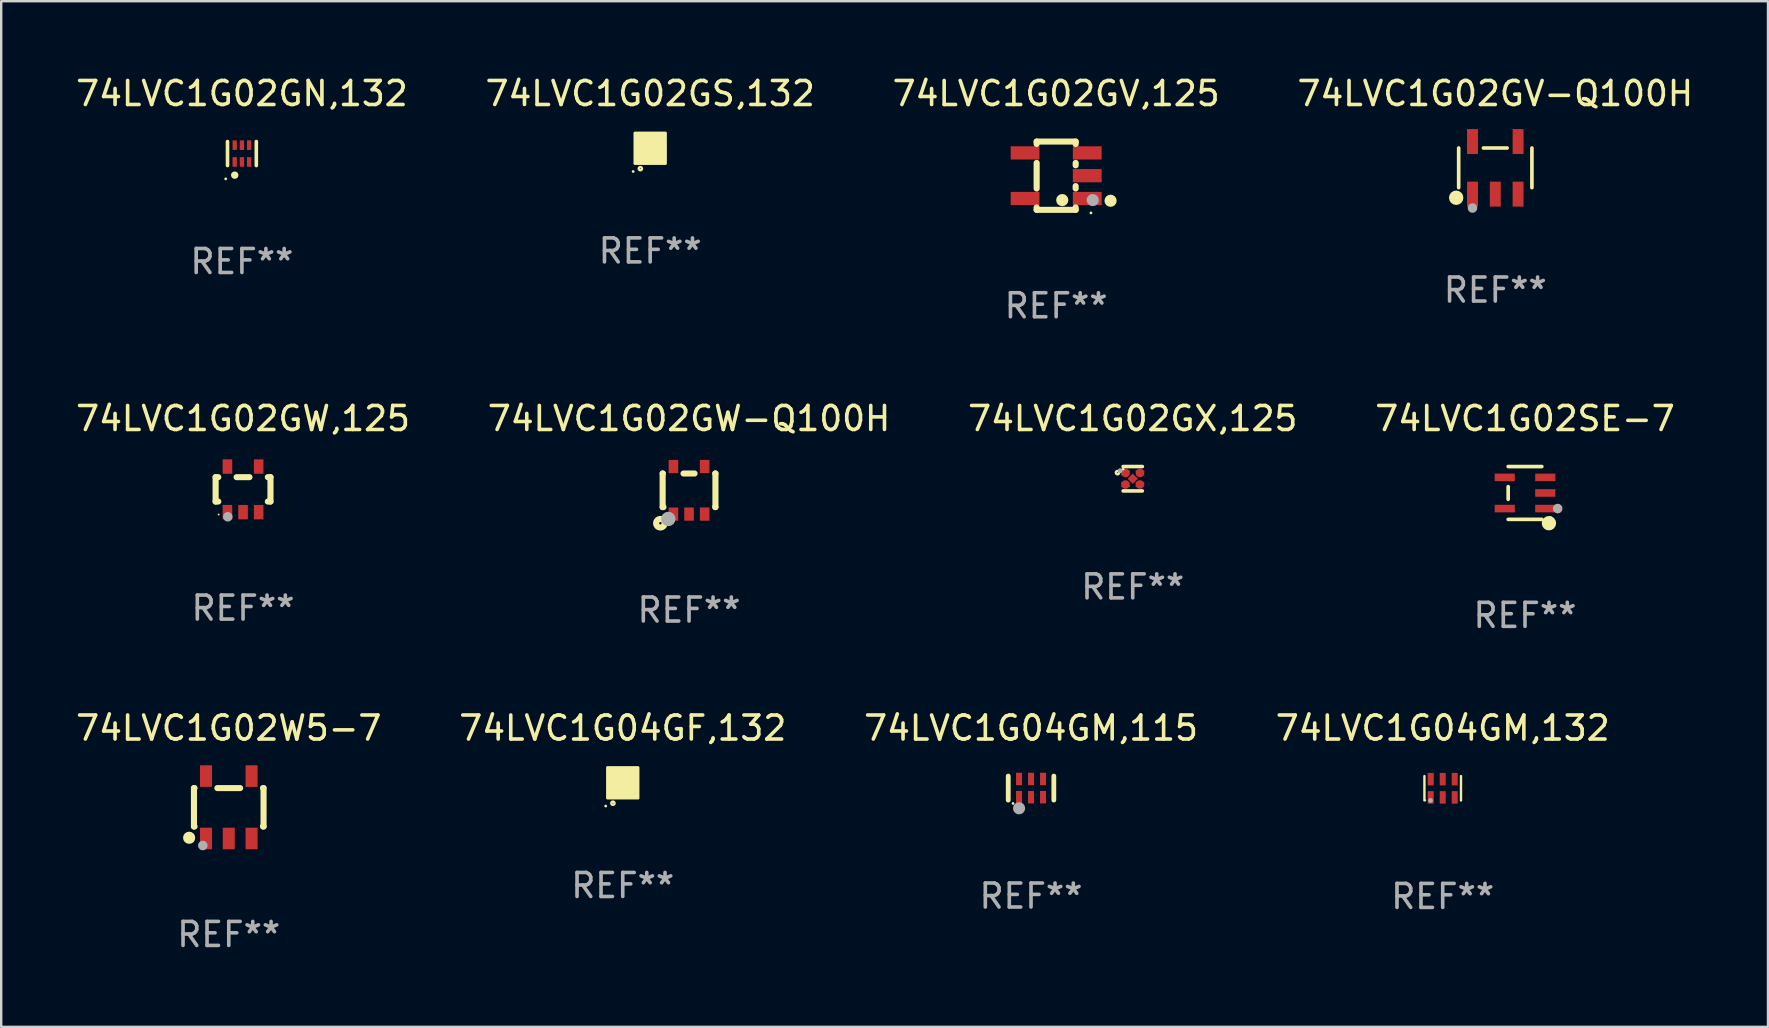
<source format=kicad_pcb>
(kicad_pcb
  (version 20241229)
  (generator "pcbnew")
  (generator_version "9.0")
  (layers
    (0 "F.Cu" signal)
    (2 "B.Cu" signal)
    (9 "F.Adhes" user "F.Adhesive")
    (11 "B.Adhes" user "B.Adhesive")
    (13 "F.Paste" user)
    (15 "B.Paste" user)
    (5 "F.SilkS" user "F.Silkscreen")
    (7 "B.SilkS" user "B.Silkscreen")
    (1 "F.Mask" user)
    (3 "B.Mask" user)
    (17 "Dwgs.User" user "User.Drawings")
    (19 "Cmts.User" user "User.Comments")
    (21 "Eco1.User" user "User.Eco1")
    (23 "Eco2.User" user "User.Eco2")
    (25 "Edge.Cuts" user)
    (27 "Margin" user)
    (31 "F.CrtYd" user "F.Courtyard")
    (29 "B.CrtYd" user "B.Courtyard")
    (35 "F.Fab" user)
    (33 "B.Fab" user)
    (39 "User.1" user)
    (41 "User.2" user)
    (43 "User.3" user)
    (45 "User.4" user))
  (footprint "74LVC1G04GF,132"
    (layer "F.Cu")
    (at 22.899 29.568)
    (property "Reference" "74LVC1G04GF,132" (at 0 -2.28 0) (layer "F.SilkS") (effects (font (size 1 1) (thickness 0.15))))
    (attr through_hole)
    (fp_circle (center -0.71 0.968) (end -0.68 0.968) (stroke (width 0.06) (type solid)) (fill no) (layer "F.SilkS"))
    (fp_circle (center -0.41 0.85) (end -0.342 0.85) (stroke (width 0.1) (type solid)) (fill no) (layer "F.SilkS"))
    (fp_poly (pts (xy -0.635 -0.635) (xy 0.635 -0.635) (xy 0.635 0.635) (xy -0.635 0.635)) (stroke (width 0.12) (type solid)) (fill yes) (layer "F.SilkS"))
    (fp_text user "REF**" (at 0 4.28 0) (layer "F.Fab") (effects (font (size 1 1) (thickness 0.15))))
    (pad "1" smd rect (at -0.35 0.28 90) (size 0.35 0.2) (layers "F.Cu" "F.Mask" "F.Paste"))
    (pad "2" smd rect (at 0 0.28 90) (size 0.35 0.2) (layers "F.Cu" "F.Mask" "F.Paste"))
    (pad "3" smd rect (at 0.35 0.28 90) (size 0.35 0.2) (layers "F.Cu" "F.Mask" "F.Paste"))
    (pad "4" smd rect (at 0.35 -0.28 90) (size 0.35 0.2) (layers "F.Cu" "F.Mask" "F.Paste"))
    (pad "5" smd rect (at 0 -0.28 90) (size 0.35 0.2) (layers "F.Cu" "F.Mask" "F.Paste"))
    (pad "6" smd rect (at -0.35 -0.28 90) (size 0.35 0.2) (layers "F.Cu" "F.Mask" "F.Paste")))
  (footprint "74LVC1G02W5-7"
    (layer "F.Cu")
    (at 6.482 30.588)
    (property "Reference" "74LVC1G02W5-7" (at 0 -3.3 0) (layer "F.SilkS") (effects (font (size 1 1) (thickness 0.15))))
    (attr through_hole)
    (fp_line (start -1.45 0.8) (end -1.45 -0.8) (stroke (width 0.254) (type solid)) (layer "F.SilkS"))
    (fp_line (start -1.45 0.8) (end -1.426 0.8) (stroke (width 0.254) (type solid)) (layer "F.SilkS"))
    (fp_line (start -1.426 -0.8) (end -1.45 -0.8) (stroke (width 0.254) (type solid)) (layer "F.SilkS"))
    (fp_line (start 0.474 -0.8) (end -0.474 -0.8) (stroke (width 0.254) (type solid)) (layer "F.SilkS"))
    (fp_line (start 1.426 0.8) (end 1.45 0.8) (stroke (width 0.254) (type solid)) (layer "F.SilkS"))
    (fp_line (start 1.45 -0.8) (end 1.426 -0.8) (stroke (width 0.254) (type solid)) (layer "F.SilkS"))
    (fp_line (start 1.45 0.8) (end 1.45 -0.8) (stroke (width 0.254) (type solid)) (layer "F.SilkS"))
    (fp_circle (center -1.651 1.27) (end -1.524 1.27) (stroke (width 0.254) (type solid)) (fill no) (layer "F.SilkS"))
    (fp_circle (center -1.5 1.4) (end -1.47 1.4) (stroke (width 0.06) (type solid)) (fill no) (layer "F.SilkS"))
    (fp_circle (center -1.081 1.593) (end -0.981 1.593) (stroke (width 0.2) (type solid)) (fill no) (layer "F.Fab"))
    (fp_text user "REF**" (at 0 5.3 0) (layer "F.Fab") (effects (font (size 1 1) (thickness 0.15))))
    (pad "1" smd rect (at -0.95 1.3) (size 0.5 0.9) (layers "F.Cu" "F.Mask" "F.Paste"))
    (pad "2" smd rect (at 0 1.3) (size 0.5 0.9) (layers "F.Cu" "F.Mask" "F.Paste"))
    (pad "3" smd rect (at 0.95 1.3) (size 0.5 0.9) (layers "F.Cu" "F.Mask" "F.Paste"))
    (pad "4" smd rect (at 0.95 -1.3) (size 0.5 0.9) (layers "F.Cu" "F.Mask" "F.Paste"))
    (pad "5" smd rect (at -0.95 -1.3) (size 0.5 0.9) (layers "F.Cu" "F.Mask" "F.Paste")))
  (footprint "74LVC1G02SE-7"
    (layer "F.Cu")
    (at 60.494 17.491)
    (property "Reference" "74LVC1G02SE-7" (at 0 -3.101 0) (layer "F.SilkS") (effects (font (size 1 1) (thickness 0.15))))
    (attr through_hole)
    (fp_line (start -0.701 -0.264) (end -0.701 0.264) (stroke (width 0.152) (type solid)) (layer "F.SilkS"))
    (fp_line (start 0.701 -1.101) (end -0.701 -1.101) (stroke (width 0.152) (type solid)) (layer "F.SilkS"))
    (fp_line (start 0.701 1.101) (end -0.701 1.101) (stroke (width 0.152) (type solid)) (layer "F.SilkS"))
    (fp_circle (center 0.997 1.26) (end 1.147 1.26) (stroke (width 0.3) (type solid)) (fill no) (layer "F.SilkS"))
    (fp_circle (center 1.063 1.025) (end 1.093 1.025) (stroke (width 0.06) (type solid)) (fill no) (layer "F.SilkS"))
    (fp_circle (center 1.362 0.65) (end 1.463 0.65) (stroke (width 0.2) (type solid)) (fill no) (layer "F.Fab"))
    (fp_text user "REF**" (at 0 5.101 0) (layer "F.Fab") (effects (font (size 1 1) (thickness 0.15))))
    (pad "1" smd rect (at 0.844 0.65) (size 0.839 0.315) (layers "F.Cu" "F.Mask" "F.Paste"))
    (pad "2" smd rect (at 0.844 0) (size 0.839 0.315) (layers "F.Cu" "F.Mask" "F.Paste"))
    (pad "3" smd rect (at 0.844 -0.65) (size 0.839 0.315) (layers "F.Cu" "F.Mask" "F.Paste"))
    (pad "4" smd rect (at -0.844 -0.65) (size 0.839 0.315) (layers "F.Cu" "F.Mask" "F.Paste"))
    (pad "5" smd rect (at -0.844 0.65) (size 0.839 0.315) (layers "F.Cu" "F.Mask" "F.Paste")))
  (footprint "74LVC1G02GW,125"
    (layer "F.Cu")
    (at 7.077 17.34)
    (property "Reference" "74LVC1G02GW,125" (at 0 -2.95 0) (layer "F.SilkS") (effects (font (size 1 1) (thickness 0.15))))
    (attr through_hole)
    (fp_line (start -1.143 -0.508) (end -1.032 -0.508) (stroke (width 0.254) (type solid)) (layer "F.SilkS"))
    (fp_line (start -1.143 0.508) (end -1.143 -0.508) (stroke (width 0.254) (type solid)) (layer "F.SilkS"))
    (fp_line (start -1.032 0.508) (end -1.143 0.508) (stroke (width 0.254) (type solid)) (layer "F.SilkS"))
    (fp_line (start -0.268 -0.508) (end 0.268 -0.508) (stroke (width 0.254) (type solid)) (layer "F.SilkS"))
    (fp_line (start 1.032 -0.508) (end 1.143 -0.508) (stroke (width 0.254) (type solid)) (layer "F.SilkS"))
    (fp_line (start 1.143 -0.508) (end 1.143 0.508) (stroke (width 0.254) (type solid)) (layer "F.SilkS"))
    (fp_line (start 1.143 0.508) (end 1.032 0.508) (stroke (width 0.254) (type solid)) (layer "F.SilkS"))
    (fp_circle (center -1.016 1.05) (end -0.996 1.05) (stroke (width 0.04) (type solid)) (fill no) (layer "F.SilkS"))
    (fp_circle (center -0.635 1.143) (end -0.535 1.143) (stroke (width 0.2) (type solid)) (fill no) (layer "F.Fab"))
    (fp_text user "REF**" (at 0 4.95 0) (layer "F.Fab") (effects (font (size 1 1) (thickness 0.15))))
    (pad "1" smd rect (at -0.65 0.95) (size 0.4 0.6) (layers "F.Cu" "F.Mask" "F.Paste"))
    (pad "2" smd rect (at 0 0.95) (size 0.4 0.6) (layers "F.Cu" "F.Mask" "F.Paste"))
    (pad "3" smd rect (at 0.65 0.95) (size 0.4 0.6) (layers "F.Cu" "F.Mask" "F.Paste"))
    (pad "4" smd rect (at 0.65 -0.95) (size 0.4 0.6) (layers "F.Cu" "F.Mask" "F.Paste"))
    (pad "5" smd rect (at -0.65 -0.95) (size 0.4 0.6) (layers "F.Cu" "F.Mask" "F.Paste")))
  (footprint "74LVC1G04GM,132"
    (layer "F.Cu")
    (at 57.065 29.796)
    (property "Reference" "74LVC1G04GM,132" (at 0 -2.508 0) (layer "F.SilkS") (effects (font (size 1 1) (thickness 0.15))))
    (attr through_hole)
    (fp_line (start -0.762 -0.508) (end -0.762 0.508) (stroke (width 0.1) (type solid)) (layer "F.SilkS"))
    (fp_line (start 0.762 -0.508) (end 0.762 0.508) (stroke (width 0.1) (type solid)) (layer "F.SilkS"))
    (fp_circle (center -0.725 0.5) (end -0.705 0.5) (stroke (width 0.04) (type solid)) (fill no) (layer "F.SilkS"))
    (fp_circle (center -0.508 0.508) (end -0.458 0.508) (stroke (width 0.1) (type solid)) (fill no) (layer "F.Fab"))
    (fp_text user "REF**" (at 0 4.508 0) (layer "F.Fab") (effects (font (size 1 1) (thickness 0.15))))
    (pad "1" smd rect (at -0.5 0.38) (size 0.25 0.52) (layers "F.Cu" "F.Mask" "F.Paste"))
    (pad "2" smd rect (at -0.000127 0.38) (size 0.25 0.52) (layers "F.Cu" "F.Mask" "F.Paste"))
    (pad "3" smd rect (at 0.5 0.38) (size 0.25 0.52) (layers "F.Cu" "F.Mask" "F.Paste"))
    (pad "4" smd rect (at 0.5 -0.38 180) (size 0.25 0.52) (layers "F.Cu" "F.Mask" "F.Paste"))
    (pad "5" smd rect (at -0.000127 -0.38 180) (size 0.25 0.52) (layers "F.Cu" "F.Mask" "F.Paste"))
    (pad "6" smd rect (at -0.5 -0.38 180) (size 0.25 0.52) (layers "F.Cu" "F.Mask" "F.Paste")))
  (footprint "74LVC1G02GW-Q100H"
    (layer "F.Cu")
    (at 25.661 17.38)
    (property "Reference" "74LVC1G02GW-Q100H" (at 0 -2.991 0) (layer "F.SilkS") (effects (font (size 1 1) (thickness 0.15))))
    (attr through_hole)
    (fp_line (start -1.1 -0.7) (end -1.1 0.7) (stroke (width 0.254) (type solid)) (layer "F.SilkS"))
    (fp_line (start -1.1 -0.7) (end -1.09 -0.7) (stroke (width 0.254) (type solid)) (layer "F.SilkS"))
    (fp_line (start -1.1 0.7) (end -1.065 0.7) (stroke (width 0.254) (type solid)) (layer "F.SilkS"))
    (fp_line (start -0.23 -0.7) (end 0.23 -0.7) (stroke (width 0.254) (type solid)) (layer "F.SilkS"))
    (fp_line (start 1.09 -0.7) (end 1.1 -0.7) (stroke (width 0.254) (type solid)) (layer "F.SilkS"))
    (fp_line (start 1.09 0.7) (end 1.1 0.7) (stroke (width 0.254) (type solid)) (layer "F.SilkS"))
    (fp_line (start 1.1 -0.7) (end 1.1 0.7) (stroke (width 0.254) (type solid)) (layer "F.SilkS"))
    (fp_circle (center -1.194 1.372) (end -1.143 1.372) (stroke (width 0.254) (type solid)) (fill no) (layer "F.SilkS"))
    (fp_circle (center -1.05 1.063) (end -1.02 1.063) (stroke (width 0.06) (type solid)) (fill no) (layer "F.SilkS"))
    (fp_circle (center -0.864 1.194) (end -0.713 1.194) (stroke (width 0.3) (type solid)) (fill no) (layer "F.Fab"))
    (fp_text user "REF**" (at 0 4.991 0) (layer "F.Fab") (effects (font (size 1 1) (thickness 0.15))))
    (pad "1" smd rect (at -0.65 0.991 180) (size 0.399 0.551) (layers "F.Cu" "F.Mask" "F.Paste"))
    (pad "2" smd rect (at 0 0.991 180) (size 0.399 0.551) (layers "F.Cu" "F.Mask" "F.Paste"))
    (pad "3" smd rect (at 0.65 0.991 180) (size 0.399 0.551) (layers "F.Cu" "F.Mask" "F.Paste"))
    (pad "4" smd rect (at 0.65 -0.991 180) (size 0.399 0.551) (layers "F.Cu" "F.Mask" "F.Paste"))
    (pad "5" smd rect (at -0.65 -0.991 180) (size 0.399 0.551) (layers "F.Cu" "F.Mask" "F.Paste")))
  (footprint "74LVC1G02GV-Q100H"
    (layer "F.Cu")
    (at 59.256 3.943)
    (property "Reference" "74LVC1G02GV-Q100H" (at 0 -3.095 0) (layer "F.SilkS") (effects (font (size 1 1) (thickness 0.15))))
    (attr through_hole)
    (fp_line (start -1.526 0.826) (end -1.526 -0.826) (stroke (width 0.152) (type solid)) (layer "F.SilkS"))
    (fp_line (start 0.494 -0.826) (end -0.494 -0.826) (stroke (width 0.152) (type solid)) (layer "F.SilkS"))
    (fp_line (start 1.526 0.826) (end 1.526 -0.826) (stroke (width 0.152) (type solid)) (layer "F.SilkS"))
    (fp_circle (center -1.63 1.247) (end -1.48 1.247) (stroke (width 0.3) (type solid)) (fill no) (layer "F.SilkS"))
    (fp_circle (center -1.45 1.375) (end -1.42 1.375) (stroke (width 0.06) (type solid)) (fill no) (layer "F.SilkS"))
    (fp_circle (center -0.95 1.675) (end -0.85 1.675) (stroke (width 0.2) (type solid)) (fill no) (layer "F.Fab"))
    (fp_text user "REF**" (at 0 5.095 0) (layer "F.Fab") (effects (font (size 1 1) (thickness 0.15))))
    (pad "1" smd rect (at -0.95 1.095) (size 0.455 1.04) (layers "F.Cu" "F.Mask" "F.Paste"))
    (pad "2" smd rect (at 0 1.095) (size 0.455 1.04) (layers "F.Cu" "F.Mask" "F.Paste"))
    (pad "3" smd rect (at 0.95 1.095) (size 0.455 1.04) (layers "F.Cu" "F.Mask" "F.Paste"))
    (pad "4" smd rect (at 0.95 -1.095) (size 0.455 1.04) (layers "F.Cu" "F.Mask" "F.Paste"))
    (pad "5" smd rect (at -0.95 -1.095) (size 0.455 1.04) (layers "F.Cu" "F.Mask" "F.Paste")))
  (footprint "74LVC1G02GN,132"
    (layer "F.Cu")
    (at 7.03 3.348)
    (property "Reference" "74LVC1G02GN,132" (at 0 -2.5 0) (layer "F.SilkS") (effects (font (size 1 1) (thickness 0.15))))
    (attr through_hole)
    (fp_line (start -0.6 -0.5) (end -0.6 0.5) (stroke (width 0.15) (type solid)) (layer "F.SilkS"))
    (fp_line (start 0.6 0.5) (end 0.6 -0.5) (stroke (width 0.15) (type solid)) (layer "F.SilkS"))
    (fp_circle (center -0.675 1.055) (end -0.645 1.055) (stroke (width 0.06) (type solid)) (fill no) (layer "F.SilkS"))
    (fp_circle (center -0.3 0.9) (end -0.22 0.9) (stroke (width 0.15) (type solid)) (fill no) (layer "F.SilkS"))
    (fp_text user "REF**" (at 0 4.5 0) (layer "F.Fab") (effects (font (size 1 1) (thickness 0.15))))
    (pad "1" smd rect (at -0.3 0.35) (size 0.18 0.4) (layers "F.Cu" "F.Mask" "F.Paste"))
    (pad "2" smd rect (at 0.000025 0.35) (size 0.18 0.4) (layers "F.Cu" "F.Mask" "F.Paste"))
    (pad "3" smd rect (at 0.3 0.35) (size 0.18 0.4) (layers "F.Cu" "F.Mask" "F.Paste"))
    (pad "4" smd rect (at 0.3 -0.35) (size 0.18 0.4) (layers "F.Cu" "F.Mask" "F.Paste"))
    (pad "5" smd rect (at 0.000025 -0.35) (size 0.18 0.4) (layers "F.Cu" "F.Mask" "F.Paste"))
    (pad "6" smd rect (at -0.3 -0.35) (size 0.18 0.4) (layers "F.Cu" "F.Mask" "F.Paste")))
  (footprint "74LVC1G04GM,115"
    (layer "F.Cu")
    (at 39.911 29.788)
    (property "Reference" "74LVC1G04GM,115" (at 0 -2.5 0) (layer "F.SilkS") (effects (font (size 1 1) (thickness 0.15))))
    (attr through_hole)
    (fp_line (start -0.95 0.5) (end -0.95 -0.5) (stroke (width 0.2) (type solid)) (layer "F.SilkS"))
    (fp_line (start 0.95 0.5) (end 0.95 -0.5) (stroke (width 0.2) (type solid)) (layer "F.SilkS"))
    (fp_circle (center -0.75 0.64) (end -0.72 0.64) (stroke (width 0.06) (type solid)) (fill no) (layer "F.SilkS"))
    (fp_circle (center -0.498 0.842) (end -0.371 0.842) (stroke (width 0.254) (type solid)) (fill no) (layer "F.Fab"))
    (fp_text user "REF**" (at 0 4.5 0) (layer "F.Fab") (effects (font (size 1 1) (thickness 0.15))))
    (pad "1" smd rect (at -0.5 0.38) (size 0.25 0.52) (layers "F.Cu" "F.Mask" "F.Paste"))
    (pad "2" smd rect (at 0 0.38) (size 0.25 0.52) (layers "F.Cu" "F.Mask" "F.Paste"))
    (pad "3" smd rect (at 0.5 0.38) (size 0.25 0.52) (layers "F.Cu" "F.Mask" "F.Paste"))
    (pad "4" smd rect (at 0.5 -0.38 180) (size 0.25 0.52) (layers "F.Cu" "F.Mask" "F.Paste"))
    (pad "5" smd rect (at 0 -0.38 180) (size 0.25 0.52) (layers "F.Cu" "F.Mask" "F.Paste"))
    (pad "6" smd rect (at -0.5 -0.38 180) (size 0.25 0.52) (layers "F.Cu" "F.Mask" "F.Paste")))
  (footprint "74LVC1G02GS,132"
    (layer "F.Cu")
    (at 24.042 3.128)
    (property "Reference" "74LVC1G02GS,132" (at 0 -2.28 0) (layer "F.SilkS") (effects (font (size 1 1) (thickness 0.15))))
    (attr through_hole)
    (fp_circle (center -0.71 0.968) (end -0.68 0.968) (stroke (width 0.06) (type solid)) (fill no) (layer "F.SilkS"))
    (fp_circle (center -0.41 0.85) (end -0.342 0.85) (stroke (width 0.1) (type solid)) (fill no) (layer "F.SilkS"))
    (fp_poly (pts (xy -0.635 -0.635) (xy 0.635 -0.635) (xy 0.635 0.635) (xy -0.635 0.635)) (stroke (width 0.12) (type solid)) (fill yes) (layer "F.SilkS"))
    (fp_text user "REF**" (at 0 4.28 0) (layer "F.Fab") (effects (font (size 1 1) (thickness 0.15))))
    (pad "1" smd rect (at -0.35 0.28 90) (size 0.35 0.2) (layers "F.Cu" "F.Mask" "F.Paste"))
    (pad "2" smd rect (at 0 0.28 90) (size 0.35 0.2) (layers "F.Cu" "F.Mask" "F.Paste"))
    (pad "3" smd rect (at 0.35 0.28 90) (size 0.35 0.2) (layers "F.Cu" "F.Mask" "F.Paste"))
    (pad "4" smd rect (at 0.35 -0.28 90) (size 0.35 0.2) (layers "F.Cu" "F.Mask" "F.Paste"))
    (pad "5" smd rect (at 0 -0.28 90) (size 0.35 0.2) (layers "F.Cu" "F.Mask" "F.Paste"))
    (pad "6" smd rect (at -0.35 -0.28 90) (size 0.35 0.2) (layers "F.Cu" "F.Mask" "F.Paste")))
  (footprint "74LVC1G02GV,125"
    (layer "F.Cu")
    (at 40.958 4.271)
    (property "Reference" "74LVC1G02GV,125" (at 0 -3.422 0) (layer "F.SilkS") (effects (font (size 1 1) (thickness 0.15))))
    (attr through_hole)
    (fp_line (start -0.813 -1.422) (end 0.813 -1.422) (stroke (width 0.254) (type solid)) (layer "F.SilkS"))
    (fp_line (start -0.813 -1.321) (end -0.813 -1.422) (stroke (width 0.254) (type solid)) (layer "F.SilkS"))
    (fp_line (start -0.813 0.533) (end -0.813 -0.533) (stroke (width 0.254) (type solid)) (layer "F.SilkS"))
    (fp_line (start -0.813 1.422) (end -0.813 1.321) (stroke (width 0.254) (type solid)) (layer "F.SilkS"))
    (fp_line (start 0.813 -1.422) (end 0.813 -1.321) (stroke (width 0.254) (type solid)) (layer "F.SilkS"))
    (fp_line (start 0.813 -0.533) (end 0.813 -0.432) (stroke (width 0.254) (type solid)) (layer "F.SilkS"))
    (fp_line (start 0.813 0.432) (end 0.813 0.533) (stroke (width 0.254) (type solid)) (layer "F.SilkS"))
    (fp_line (start 0.813 1.321) (end 0.813 1.422) (stroke (width 0.254) (type solid)) (layer "F.SilkS"))
    (fp_line (start 0.813 1.422) (end -0.813 1.422) (stroke (width 0.254) (type solid)) (layer "F.SilkS"))
    (fp_circle (center 0.254 1.016) (end 0.381 1.016) (stroke (width 0.254) (type solid)) (fill no) (layer "F.SilkS"))
    (fp_circle (center 1.45 1.55) (end 1.48 1.55) (stroke (width 0.06) (type solid)) (fill no) (layer "F.SilkS"))
    (fp_circle (center 2.267 1.044) (end 2.394 1.044) (stroke (width 0.254) (type solid)) (fill no) (layer "F.SilkS"))
    (fp_circle (center 1.524 1.016) (end 1.651 1.016) (stroke (width 0.254) (type solid)) (fill no) (layer "F.Fab"))
    (fp_text user "REF**" (at 0 5.422 0) (layer "F.Fab") (effects (font (size 1 1) (thickness 0.15))))
    (pad "1" smd rect (at 1.295 0.95 90) (size 0.551 1.199) (layers "F.Cu" "F.Mask" "F.Paste"))
    (pad "2" smd rect (at 1.295 0 90) (size 0.551 1.199) (layers "F.Cu" "F.Mask" "F.Paste"))
    (pad "3" smd rect (at 1.295 -0.95 90) (size 0.551 1.199) (layers "F.Cu" "F.Mask" "F.Paste"))
    (pad "4" smd rect (at -1.295 -0.95 90) (size 0.551 1.199) (layers "F.Cu" "F.Mask" "F.Paste"))
    (pad "5" smd rect (at -1.295 0.95 90) (size 0.551 1.199) (layers "F.Cu" "F.Mask" "F.Paste")))
  (footprint "74LVC1G02GX,125"
    (layer "F.Cu")
    (at 44.149 16.898)
    (property "Reference" "74LVC1G02GX,125" (at 0 -2.508 0) (layer "F.SilkS") (effects (font (size 1 1) (thickness 0.15))))
    (attr through_hole)
    (fp_line (start 0.4 -0.508) (end -0.4 -0.508) (stroke (width 0.15) (type solid)) (layer "F.SilkS"))
    (fp_line (start 0.4 0.508) (end -0.4 0.508) (stroke (width 0.15) (type solid)) (layer "F.SilkS"))
    (fp_circle (center -0.635 -0.254) (end -0.615 -0.254) (stroke (width 0.1) (type solid)) (fill no) (layer "F.SilkS"))
    (fp_circle (center -0.401 -0.4) (end -0.371 -0.4) (stroke (width 0.06) (type solid)) (fill no) (layer "F.SilkS"))
    (fp_circle (center -0.523 -0.337) (end -0.473 -0.337) (stroke (width 0.1) (type solid)) (fill no) (layer "F.Fab"))
    (fp_text user "REF**" (at 0 4.508 0) (layer "F.Fab") (effects (font (size 1 1) (thickness 0.15))))
    (pad "1" smd custom (at -0.3 -0.24) (size 0.36 0.22) (layers "F.Cu" "F.Mask" "F.Paste") (options (anchor circle)) (primitives (gr_poly (pts (xy -0.18 -0.11) (xy -0.18 0.11) (xy 0.000127 0.11) (xy 0.18 -0.03) (xy 0.18 -0.11) (xy -0.18 -0.11)) (width 0) (fill yes))))
    (pad "2" smd custom (at -0.3 0.24) (size 0.36 0.22) (layers "F.Cu" "F.Mask" "F.Paste") (options (anchor circle)) (primitives (gr_poly (pts (xy -0.18 0.11) (xy -0.18 -0.11) (xy 0.000127 -0.11) (xy 0.18 0.03) (xy 0.18 0.11) (xy -0.18 0.11)) (width 0) (fill yes))))
    (pad "3" smd rect (at 0.000102 -0.000127 45) (size 0.3 0.3) (layers "F.Cu" "F.Mask" "F.Paste"))
    (pad "4" smd custom (at 0.3 0.24 180) (size 0.36 0.22) (layers "F.Cu" "F.Mask" "F.Paste") (options (anchor circle)) (primitives (gr_poly (pts (xy 0.18 0.11) (xy 0.18 -0.11) (xy -0.000178 -0.11) (xy -0.18 0.03) (xy -0.18 0.11) (xy 0.18 0.11)) (width 0) (fill yes))))
    (pad "5" smd custom (at 0.3 -0.24) (size 0.36 0.22) (layers "F.Cu" "F.Mask" "F.Paste") (options (anchor circle)) (primitives (gr_poly (pts (xy 0.18 -0.11) (xy 0.18 0.11) (xy -0.000152 0.11) (xy -0.18 -0.03) (xy -0.18 -0.11) (xy 0.18 -0.11)) (width 0) (fill yes)))))
  (gr_rect
    (start -3 -3)
    (end 70.619 39.737)
    (stroke (width 0.1) (type default))
    (fill no)
    (layer "Edge.Cuts")))
</source>
